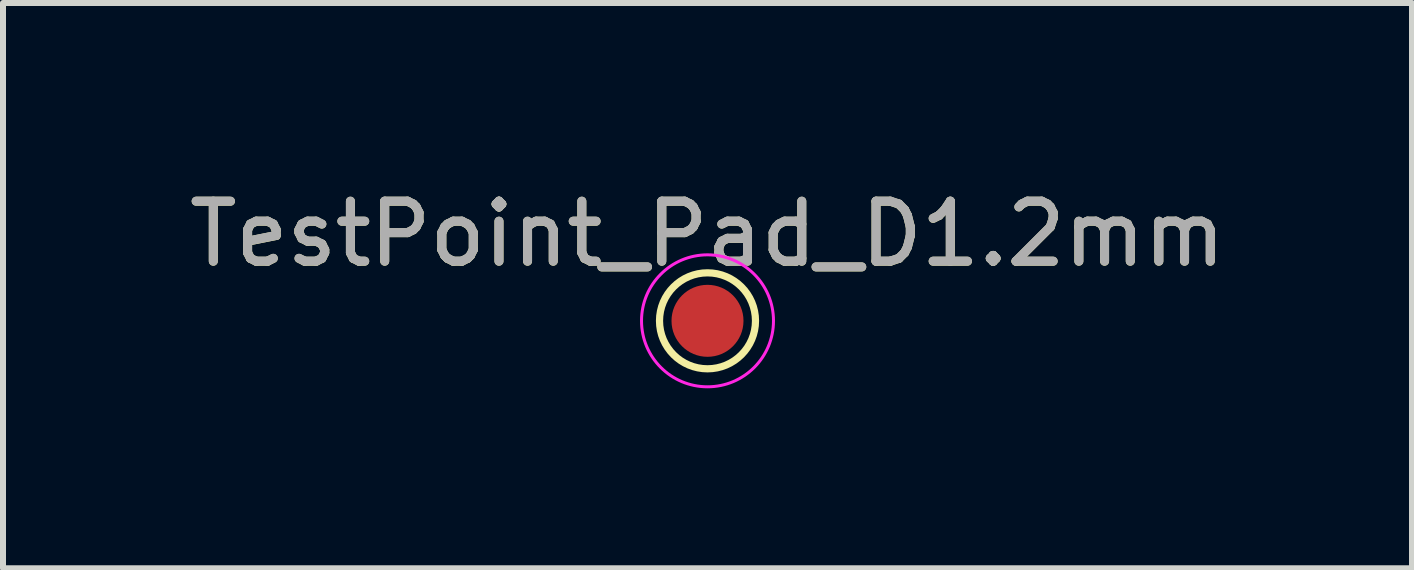
<source format=kicad_pcb>
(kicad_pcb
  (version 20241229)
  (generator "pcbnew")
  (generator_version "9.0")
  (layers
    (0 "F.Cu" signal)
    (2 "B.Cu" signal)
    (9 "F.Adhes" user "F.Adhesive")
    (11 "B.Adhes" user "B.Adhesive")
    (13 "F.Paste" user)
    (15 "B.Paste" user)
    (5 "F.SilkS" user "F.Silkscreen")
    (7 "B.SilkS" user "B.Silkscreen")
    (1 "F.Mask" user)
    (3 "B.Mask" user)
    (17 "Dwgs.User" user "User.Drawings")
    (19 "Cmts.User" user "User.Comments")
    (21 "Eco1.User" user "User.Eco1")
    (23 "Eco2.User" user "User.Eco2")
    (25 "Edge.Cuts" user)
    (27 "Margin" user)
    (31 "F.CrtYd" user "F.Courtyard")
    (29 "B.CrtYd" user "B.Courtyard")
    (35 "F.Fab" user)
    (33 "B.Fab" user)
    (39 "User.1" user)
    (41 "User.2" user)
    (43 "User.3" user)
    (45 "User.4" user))
  (footprint "TestPoint_Pad_D1.2mm"
    (layer "F.Cu")
    (at 8.744 2.298)
    (property "Reference" "TestPoint_Pad_D1.2mm" (at 0 -1.448 0) (layer "F.SilkS") (effects (font (size 1 1) (thickness 0.15))))
    (attr exclude_from_pos_files exclude_from_bom)
    (fp_circle (center 0 0) (end 0.8 0) (stroke (width 0.12) (type solid)) (fill no) (layer "F.SilkS"))
    (fp_circle (center 0 0) (end 1.1 0) (stroke (width 0.05) (type solid)) (fill no) (layer "F.CrtYd"))
    (fp_text user "${REFERENCE}" (at 0 -1.45 0) (layer "F.Fab") (effects (font (size 1 1) (thickness 0.15))))
    (pad "1" smd circle (at 0 0) (size 1.2 1.2) (layers "F.Cu" "F.Mask")))
  (gr_rect
    (start -3 -3)
    (end 20.488 6.423)
    (stroke (width 0.1) (type default))
    (fill no)
    (layer "Edge.Cuts")))
</source>
